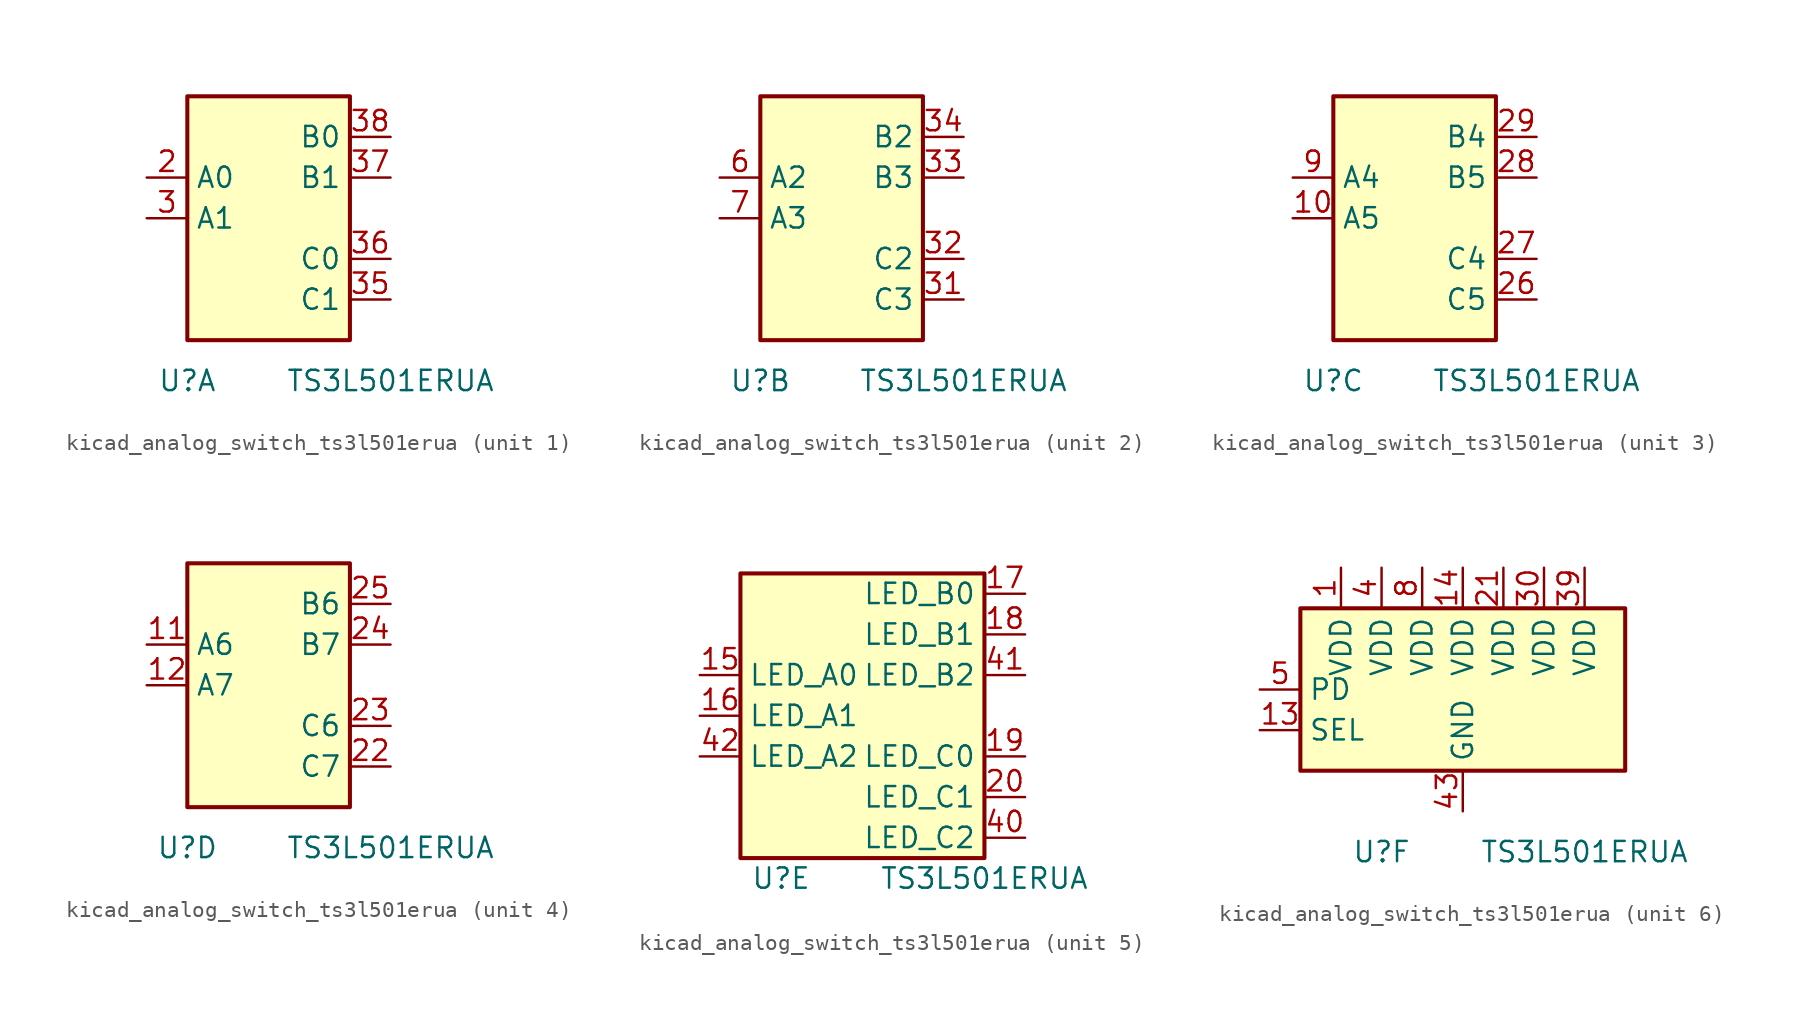
<source format=kicad_sym>
(kicad_symbol_lib
  (version 20220914)
  (generator kicad_symbol_editor)
  (symbol "kicad_analog_switch_ts3l501erua"
    (property "Reference" "U"
      (at -5.08 -10.16 0)
      (effects (font (size 1.27 1.27))))
    (property "Value" "TS3L501ERUA"
      (at 7.62 -10.16 0)
      (effects (font (size 1.27 1.27))))
    (property "ki_locked" ""
      (at 0 0 0)
      (effects (font (size 1.27 1.27))))
    (symbol "kicad_analog_switch_ts3l501erua_1_1"
      (rectangle (start -5.08 7.62) (end 5.08 -7.62) (stroke (width 0.254) (type default)) (fill (type background)))
      (pin bidirectional line (at -7.62 2.54 0) (length 2.54) (name "A0" (effects (font (size 1.27 1.27)))) (number "2" (effects (font (size 1.27 1.27)))))
      (pin bidirectional line (at -7.62 0 0) (length 2.54) (name "A1" (effects (font (size 1.27 1.27)))) (number "3" (effects (font (size 1.27 1.27)))))
      (pin bidirectional line (at 7.62 -5.08 180) (length 2.54) (name "C1" (effects (font (size 1.27 1.27)))) (number "35" (effects (font (size 1.27 1.27)))))
      (pin bidirectional line (at 7.62 -2.54 180) (length 2.54) (name "C0" (effects (font (size 1.27 1.27)))) (number "36" (effects (font (size 1.27 1.27)))))
      (pin bidirectional line (at 7.62 2.54 180) (length 2.54) (name "B1" (effects (font (size 1.27 1.27)))) (number "37" (effects (font (size 1.27 1.27)))))
      (pin bidirectional line (at 7.62 5.08 180) (length 2.54) (name "B0" (effects (font (size 1.27 1.27)))) (number "38" (effects (font (size 1.27 1.27))))))
    (symbol "kicad_analog_switch_ts3l501erua_2_1"
      (rectangle (start -5.08 7.62) (end 5.08 -7.62) (stroke (width 0.254) (type default)) (fill (type background)))
      (pin bidirectional line (at 7.62 -5.08 180) (length 2.54) (name "C3" (effects (font (size 1.27 1.27)))) (number "31" (effects (font (size 1.27 1.27)))))
      (pin bidirectional line (at 7.62 -2.54 180) (length 2.54) (name "C2" (effects (font (size 1.27 1.27)))) (number "32" (effects (font (size 1.27 1.27)))))
      (pin bidirectional line (at 7.62 2.54 180) (length 2.54) (name "B3" (effects (font (size 1.27 1.27)))) (number "33" (effects (font (size 1.27 1.27)))))
      (pin bidirectional line (at 7.62 5.08 180) (length 2.54) (name "B2" (effects (font (size 1.27 1.27)))) (number "34" (effects (font (size 1.27 1.27)))))
      (pin bidirectional line (at -7.62 2.54 0) (length 2.54) (name "A2" (effects (font (size 1.27 1.27)))) (number "6" (effects (font (size 1.27 1.27)))))
      (pin bidirectional line (at -7.62 0 0) (length 2.54) (name "A3" (effects (font (size 1.27 1.27)))) (number "7" (effects (font (size 1.27 1.27))))))
    (symbol "kicad_analog_switch_ts3l501erua_3_1"
      (rectangle (start -5.08 7.62) (end 5.08 -7.62) (stroke (width 0.254) (type default)) (fill (type background)))
      (pin bidirectional line (at -7.62 0 0) (length 2.54) (name "A5" (effects (font (size 1.27 1.27)))) (number "10" (effects (font (size 1.27 1.27)))))
      (pin bidirectional line (at 7.62 -5.08 180) (length 2.54) (name "C5" (effects (font (size 1.27 1.27)))) (number "26" (effects (font (size 1.27 1.27)))))
      (pin bidirectional line (at 7.62 -2.54 180) (length 2.54) (name "C4" (effects (font (size 1.27 1.27)))) (number "27" (effects (font (size 1.27 1.27)))))
      (pin bidirectional line (at 7.62 2.54 180) (length 2.54) (name "B5" (effects (font (size 1.27 1.27)))) (number "28" (effects (font (size 1.27 1.27)))))
      (pin bidirectional line (at 7.62 5.08 180) (length 2.54) (name "B4" (effects (font (size 1.27 1.27)))) (number "29" (effects (font (size 1.27 1.27)))))
      (pin bidirectional line (at -7.62 2.54 0) (length 2.54) (name "A4" (effects (font (size 1.27 1.27)))) (number "9" (effects (font (size 1.27 1.27))))))
    (symbol "kicad_analog_switch_ts3l501erua_4_1"
      (rectangle (start -5.08 7.62) (end 5.08 -7.62) (stroke (width 0.254) (type default)) (fill (type background)))
      (pin bidirectional line (at -7.62 2.54 0) (length 2.54) (name "A6" (effects (font (size 1.27 1.27)))) (number "11" (effects (font (size 1.27 1.27)))))
      (pin bidirectional line (at -7.62 0 0) (length 2.54) (name "A7" (effects (font (size 1.27 1.27)))) (number "12" (effects (font (size 1.27 1.27)))))
      (pin bidirectional line (at 7.62 -5.08 180) (length 2.54) (name "C7" (effects (font (size 1.27 1.27)))) (number "22" (effects (font (size 1.27 1.27)))))
      (pin bidirectional line (at 7.62 -2.54 180) (length 2.54) (name "C6" (effects (font (size 1.27 1.27)))) (number "23" (effects (font (size 1.27 1.27)))))
      (pin bidirectional line (at 7.62 2.54 180) (length 2.54) (name "B7" (effects (font (size 1.27 1.27)))) (number "24" (effects (font (size 1.27 1.27)))))
      (pin bidirectional line (at 7.62 5.08 180) (length 2.54) (name "B6" (effects (font (size 1.27 1.27)))) (number "25" (effects (font (size 1.27 1.27))))))
    (symbol "kicad_analog_switch_ts3l501erua_5_1"
      (rectangle (start -7.62 8.89) (end 7.62 -8.89) (stroke (width 0.254) (type default)) (fill (type background)))
      (pin bidirectional line (at -10.16 2.54 0) (length 2.54) (name "LED_A0" (effects (font (size 1.27 1.27)))) (number "15" (effects (font (size 1.27 1.27)))))
      (pin bidirectional line (at -10.16 0 0) (length 2.54) (name "LED_A1" (effects (font (size 1.27 1.27)))) (number "16" (effects (font (size 1.27 1.27)))))
      (pin bidirectional line (at 10.16 7.62 180) (length 2.54) (name "LED_B0" (effects (font (size 1.27 1.27)))) (number "17" (effects (font (size 1.27 1.27)))))
      (pin bidirectional line (at 10.16 5.08 180) (length 2.54) (name "LED_B1" (effects (font (size 1.27 1.27)))) (number "18" (effects (font (size 1.27 1.27)))))
      (pin bidirectional line (at 10.16 -2.54 180) (length 2.54) (name "LED_C0" (effects (font (size 1.27 1.27)))) (number "19" (effects (font (size 1.27 1.27)))))
      (pin bidirectional line (at 10.16 -5.08 180) (length 2.54) (name "LED_C1" (effects (font (size 1.27 1.27)))) (number "20" (effects (font (size 1.27 1.27)))))
      (pin bidirectional line (at 10.16 -7.62 180) (length 2.54) (name "LED_C2" (effects (font (size 1.27 1.27)))) (number "40" (effects (font (size 1.27 1.27)))))
      (pin bidirectional line (at 10.16 2.54 180) (length 2.54) (name "LED_B2" (effects (font (size 1.27 1.27)))) (number "41" (effects (font (size 1.27 1.27)))))
      (pin bidirectional line (at -10.16 -2.54 0) (length 2.54) (name "LED_A2" (effects (font (size 1.27 1.27)))) (number "42" (effects (font (size 1.27 1.27))))))
    (symbol "kicad_analog_switch_ts3l501erua_6_0"
      (rectangle (start -10.16 5.08) (end 10.16 -5.08) (stroke (width 0.254) (type default)) (fill (type background))))
    (symbol "kicad_analog_switch_ts3l501erua_6_1"
      (pin power_in line (at -7.62 7.62 270) (length 2.54) (name "VDD" (effects (font (size 1.27 1.27)))) (number "1" (effects (font (size 1.27 1.27)))))
      (pin input line (at -12.7 -2.54 0) (length 2.54) (name "SEL" (effects (font (size 1.27 1.27)))) (number "13" (effects (font (size 1.27 1.27)))))
      (pin power_in line (at 0 7.62 270) (length 2.54) (name "VDD" (effects (font (size 1.27 1.27)))) (number "14" (effects (font (size 1.27 1.27)))))
      (pin power_in line (at 2.54 7.62 270) (length 2.54) (name "VDD" (effects (font (size 1.27 1.27)))) (number "21" (effects (font (size 1.27 1.27)))))
      (pin power_in line (at 5.08 7.62 270) (length 2.54) (name "VDD" (effects (font (size 1.27 1.27)))) (number "30" (effects (font (size 1.27 1.27)))))
      (pin power_in line (at 7.62 7.62 270) (length 2.54) (name "VDD" (effects (font (size 1.27 1.27)))) (number "39" (effects (font (size 1.27 1.27)))))
      (pin power_in line (at -5.08 7.62 270) (length 2.54) (name "VDD" (effects (font (size 1.27 1.27)))) (number "4" (effects (font (size 1.27 1.27)))))
      (pin power_in line (at 0 -7.62 90) (length 2.54) (name "GND" (effects (font (size 1.27 1.27)))) (number "43" (effects (font (size 1.27 1.27)))))
      (pin input line (at -12.7 0 0) (length 2.54) (name "PD" (effects (font (size 1.27 1.27)))) (number "5" (effects (font (size 1.27 1.27)))))
      (pin power_in line (at -2.54 7.62 270) (length 2.54) (name "VDD" (effects (font (size 1.27 1.27)))) (number "8" (effects (font (size 1.27 1.27))))))))
</source>
